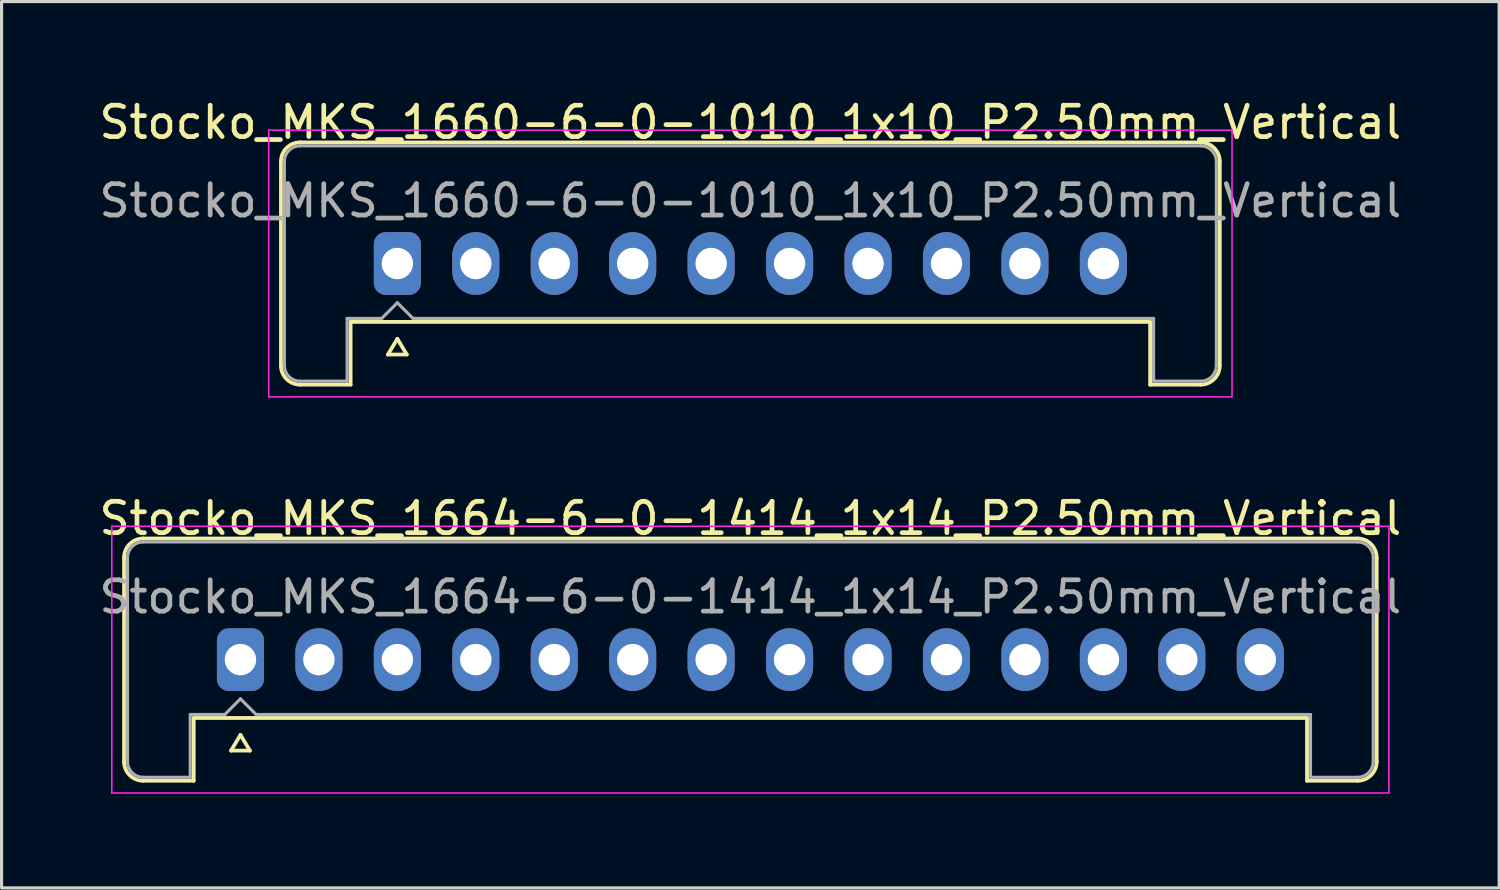
<source format=kicad_pcb>
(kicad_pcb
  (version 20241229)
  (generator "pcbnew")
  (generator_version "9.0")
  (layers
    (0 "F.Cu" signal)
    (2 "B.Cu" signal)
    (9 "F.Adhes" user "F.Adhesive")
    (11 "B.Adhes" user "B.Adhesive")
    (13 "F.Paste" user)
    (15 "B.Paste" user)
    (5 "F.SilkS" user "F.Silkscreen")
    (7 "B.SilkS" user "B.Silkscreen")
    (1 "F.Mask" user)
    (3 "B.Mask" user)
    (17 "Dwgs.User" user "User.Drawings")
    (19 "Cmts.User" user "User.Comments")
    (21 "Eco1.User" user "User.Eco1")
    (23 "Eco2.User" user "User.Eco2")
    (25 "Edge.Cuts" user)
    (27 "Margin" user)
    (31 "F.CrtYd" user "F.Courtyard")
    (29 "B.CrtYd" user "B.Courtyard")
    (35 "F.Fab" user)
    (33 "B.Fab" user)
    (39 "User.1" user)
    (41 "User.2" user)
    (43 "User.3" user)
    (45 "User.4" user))
  (footprint "Stocko_MKS_1664-6-0-1414_1x14_P2.50mm_Vertical"
    (layer "F.Cu")
    (at 4.613 17.971)
    (property "Reference" "Stocko_MKS_1664-6-0-1414_1x14_P2.50mm_Vertical" (at 16.25 -4.5 0) (layer "F.SilkS") (effects (font (size 1 1) (thickness 0.15))))
    (attr through_hole)
    (fp_line (start -3.71 -3.25) (end -3.71 3.25) (stroke (width 0.12) (type solid)) (layer "F.SilkS"))
    (fp_line (start -3.1 -3.86) (end 35.6 -3.86) (stroke (width 0.12) (type solid)) (layer "F.SilkS"))
    (fp_line (start -3.1 3.86) (end -1.49 3.86) (stroke (width 0.12) (type solid)) (layer "F.SilkS"))
    (fp_line (start -1.49 1.86) (end 33.99 1.86) (stroke (width 0.12) (type solid)) (layer "F.SilkS"))
    (fp_line (start -1.49 3.86) (end -1.49 1.86) (stroke (width 0.12) (type solid)) (layer "F.SilkS"))
    (fp_line (start -0.3 2.9) (end 0.3 2.9) (stroke (width 0.12) (type solid)) (layer "F.SilkS"))
    (fp_line (start 0 2.4) (end -0.3 2.9) (stroke (width 0.12) (type solid)) (layer "F.SilkS"))
    (fp_line (start 0.3 2.9) (end 0 2.4) (stroke (width 0.12) (type solid)) (layer "F.SilkS"))
    (fp_line (start 33.99 3.86) (end 33.99 1.86) (stroke (width 0.12) (type solid)) (layer "F.SilkS"))
    (fp_line (start 35.6 3.86) (end 33.99 3.86) (stroke (width 0.12) (type solid)) (layer "F.SilkS"))
    (fp_line (start 36.21 -3.25) (end 36.21 3.25) (stroke (width 0.12) (type solid)) (layer "F.SilkS"))
    (fp_arc (start -3.71 -3.25) (mid -3.531335 -3.681335) (end -3.1 -3.86) (stroke (width 0.12) (type solid)) (layer "F.SilkS"))
    (fp_arc (start -3.1 3.86) (mid -3.531335 3.681335) (end -3.71 3.25) (stroke (width 0.12) (type solid)) (layer "F.SilkS"))
    (fp_arc (start 35.6 -3.86) (mid 36.031335 -3.681335) (end 36.21 -3.25) (stroke (width 0.12) (type solid)) (layer "F.SilkS"))
    (fp_arc (start 36.21 3.25) (mid 36.031335 3.681335) (end 35.6 3.86) (stroke (width 0.12) (type solid)) (layer "F.SilkS"))
    (fp_line (start -4.1 -4.25) (end -4.1 4.25) (stroke (width 0.05) (type solid)) (layer "F.CrtYd"))
    (fp_line (start -4.1 4.25) (end 36.6 4.25) (stroke (width 0.05) (type solid)) (layer "F.CrtYd"))
    (fp_line (start 36.6 -4.25) (end -4.1 -4.25) (stroke (width 0.05) (type solid)) (layer "F.CrtYd"))
    (fp_line (start 36.6 4.25) (end 36.6 -4.25) (stroke (width 0.05) (type solid)) (layer "F.CrtYd"))
    (fp_line (start -3.6 -3.25) (end -3.6 3.25) (stroke (width 0.1) (type solid)) (layer "F.Fab"))
    (fp_line (start -3.1 -3.75) (end 35.6 -3.75) (stroke (width 0.1) (type solid)) (layer "F.Fab"))
    (fp_line (start -3.1 3.75) (end -1.6 3.75) (stroke (width 0.1) (type solid)) (layer "F.Fab"))
    (fp_line (start -1.6 1.75) (end -0.5 1.75) (stroke (width 0.1) (type solid)) (layer "F.Fab"))
    (fp_line (start -1.6 3.75) (end -1.6 1.75) (stroke (width 0.1) (type solid)) (layer "F.Fab"))
    (fp_line (start -0.5 1.75) (end 0 1.25) (stroke (width 0.1) (type solid)) (layer "F.Fab"))
    (fp_line (start 0 1.25) (end 0.5 1.75) (stroke (width 0.1) (type solid)) (layer "F.Fab"))
    (fp_line (start 0.5 1.75) (end 34.1 1.75) (stroke (width 0.1) (type solid)) (layer "F.Fab"))
    (fp_line (start 34.1 3.75) (end 34.1 1.75) (stroke (width 0.1) (type solid)) (layer "F.Fab"))
    (fp_line (start 35.6 3.75) (end 34.1 3.75) (stroke (width 0.1) (type solid)) (layer "F.Fab"))
    (fp_line (start 36.1 -3.25) (end 36.1 3.25) (stroke (width 0.1) (type solid)) (layer "F.Fab"))
    (fp_arc (start -3.6 -3.25) (mid -3.453553 -3.603553) (end -3.1 -3.75) (stroke (width 0.1) (type solid)) (layer "F.Fab"))
    (fp_arc (start -3.1 3.75) (mid -3.453553 3.603553) (end -3.6 3.25) (stroke (width 0.1) (type solid)) (layer "F.Fab"))
    (fp_arc (start 35.6 -3.75) (mid 35.953553 -3.603553) (end 36.1 -3.25) (stroke (width 0.1) (type solid)) (layer "F.Fab"))
    (fp_arc (start 36.1 3.25) (mid 35.953553 3.603553) (end 35.6 3.75) (stroke (width 0.1) (type solid)) (layer "F.Fab"))
    (fp_text user "${REFERENCE}" (at 16.25 -2 0) (layer "F.Fab") (effects (font (size 1 1) (thickness 0.15))))
    (pad "1" thru_hole roundrect (at 0 0) (size 1.5 2) (drill 1) (layers "*.Cu" "*.Mask") (roundrect_rratio 0.25))
    (pad "2" thru_hole oval (at 2.5 0) (size 1.5 2) (drill 1) (layers "*.Cu" "*.Mask"))
    (pad "3" thru_hole oval (at 5 0) (size 1.5 2) (drill 1) (layers "*.Cu" "*.Mask"))
    (pad "4" thru_hole oval (at 7.5 0) (size 1.5 2) (drill 1) (layers "*.Cu" "*.Mask"))
    (pad "5" thru_hole oval (at 10 0) (size 1.5 2) (drill 1) (layers "*.Cu" "*.Mask"))
    (pad "6" thru_hole oval (at 12.5 0) (size 1.5 2) (drill 1) (layers "*.Cu" "*.Mask"))
    (pad "7" thru_hole oval (at 15 0) (size 1.5 2) (drill 1) (layers "*.Cu" "*.Mask"))
    (pad "8" thru_hole oval (at 17.5 0) (size 1.5 2) (drill 1) (layers "*.Cu" "*.Mask"))
    (pad "9" thru_hole oval (at 20 0) (size 1.5 2) (drill 1) (layers "*.Cu" "*.Mask"))
    (pad "10" thru_hole oval (at 22.5 0) (size 1.5 2) (drill 1) (layers "*.Cu" "*.Mask"))
    (pad "11" thru_hole oval (at 25 0) (size 1.5 2) (drill 1) (layers "*.Cu" "*.Mask"))
    (pad "12" thru_hole oval (at 27.5 0) (size 1.5 2) (drill 1) (layers "*.Cu" "*.Mask"))
    (pad "13" thru_hole oval (at 30 0) (size 1.5 2) (drill 1) (layers "*.Cu" "*.Mask"))
    (pad "14" thru_hole oval (at 32.5 0) (size 1.5 2) (drill 1) (layers "*.Cu" "*.Mask")))
  (footprint "Stocko_MKS_1660-6-0-1010_1x10_P2.50mm_Vertical"
    (layer "F.Cu")
    (at 9.613 5.348)
    (property "Reference" "Stocko_MKS_1660-6-0-1010_1x10_P2.50mm_Vertical" (at 11.25 -4.5 0) (layer "F.SilkS") (effects (font (size 1 1) (thickness 0.15))))
    (attr through_hole)
    (fp_line (start -3.71 -3.25) (end -3.71 3.25) (stroke (width 0.12) (type solid)) (layer "F.SilkS"))
    (fp_line (start -3.1 -3.86) (end 25.6 -3.86) (stroke (width 0.12) (type solid)) (layer "F.SilkS"))
    (fp_line (start -3.1 3.86) (end -1.49 3.86) (stroke (width 0.12) (type solid)) (layer "F.SilkS"))
    (fp_line (start -1.49 1.86) (end 23.99 1.86) (stroke (width 0.12) (type solid)) (layer "F.SilkS"))
    (fp_line (start -1.49 3.86) (end -1.49 1.86) (stroke (width 0.12) (type solid)) (layer "F.SilkS"))
    (fp_line (start -0.3 2.9) (end 0.3 2.9) (stroke (width 0.12) (type solid)) (layer "F.SilkS"))
    (fp_line (start 0 2.4) (end -0.3 2.9) (stroke (width 0.12) (type solid)) (layer "F.SilkS"))
    (fp_line (start 0.3 2.9) (end 0 2.4) (stroke (width 0.12) (type solid)) (layer "F.SilkS"))
    (fp_line (start 23.99 3.86) (end 23.99 1.86) (stroke (width 0.12) (type solid)) (layer "F.SilkS"))
    (fp_line (start 25.6 3.86) (end 23.99 3.86) (stroke (width 0.12) (type solid)) (layer "F.SilkS"))
    (fp_line (start 26.21 -3.25) (end 26.21 3.25) (stroke (width 0.12) (type solid)) (layer "F.SilkS"))
    (fp_arc (start -3.71 -3.25) (mid -3.531335 -3.681335) (end -3.1 -3.86) (stroke (width 0.12) (type solid)) (layer "F.SilkS"))
    (fp_arc (start -3.1 3.86) (mid -3.531335 3.681335) (end -3.71 3.25) (stroke (width 0.12) (type solid)) (layer "F.SilkS"))
    (fp_arc (start 25.6 -3.86) (mid 26.031335 -3.681335) (end 26.21 -3.25) (stroke (width 0.12) (type solid)) (layer "F.SilkS"))
    (fp_arc (start 26.21 3.25) (mid 26.031335 3.681335) (end 25.6 3.86) (stroke (width 0.12) (type solid)) (layer "F.SilkS"))
    (fp_line (start -4.1 -4.25) (end -4.1 4.25) (stroke (width 0.05) (type solid)) (layer "F.CrtYd"))
    (fp_line (start -4.1 4.25) (end 26.6 4.25) (stroke (width 0.05) (type solid)) (layer "F.CrtYd"))
    (fp_line (start 26.6 -4.25) (end -4.1 -4.25) (stroke (width 0.05) (type solid)) (layer "F.CrtYd"))
    (fp_line (start 26.6 4.25) (end 26.6 -4.25) (stroke (width 0.05) (type solid)) (layer "F.CrtYd"))
    (fp_line (start -3.6 -3.25) (end -3.6 3.25) (stroke (width 0.1) (type solid)) (layer "F.Fab"))
    (fp_line (start -3.1 -3.75) (end 25.6 -3.75) (stroke (width 0.1) (type solid)) (layer "F.Fab"))
    (fp_line (start -3.1 3.75) (end -1.6 3.75) (stroke (width 0.1) (type solid)) (layer "F.Fab"))
    (fp_line (start -1.6 1.75) (end -0.5 1.75) (stroke (width 0.1) (type solid)) (layer "F.Fab"))
    (fp_line (start -1.6 3.75) (end -1.6 1.75) (stroke (width 0.1) (type solid)) (layer "F.Fab"))
    (fp_line (start -0.5 1.75) (end 0 1.25) (stroke (width 0.1) (type solid)) (layer "F.Fab"))
    (fp_line (start 0 1.25) (end 0.5 1.75) (stroke (width 0.1) (type solid)) (layer "F.Fab"))
    (fp_line (start 0.5 1.75) (end 24.1 1.75) (stroke (width 0.1) (type solid)) (layer "F.Fab"))
    (fp_line (start 24.1 3.75) (end 24.1 1.75) (stroke (width 0.1) (type solid)) (layer "F.Fab"))
    (fp_line (start 25.6 3.75) (end 24.1 3.75) (stroke (width 0.1) (type solid)) (layer "F.Fab"))
    (fp_line (start 26.1 -3.25) (end 26.1 3.25) (stroke (width 0.1) (type solid)) (layer "F.Fab"))
    (fp_arc (start -3.6 -3.25) (mid -3.453553 -3.603553) (end -3.1 -3.75) (stroke (width 0.1) (type solid)) (layer "F.Fab"))
    (fp_arc (start -3.1 3.75) (mid -3.453553 3.603553) (end -3.6 3.25) (stroke (width 0.1) (type solid)) (layer "F.Fab"))
    (fp_arc (start 25.6 -3.75) (mid 25.953553 -3.603553) (end 26.1 -3.25) (stroke (width 0.1) (type solid)) (layer "F.Fab"))
    (fp_arc (start 26.1 3.25) (mid 25.953553 3.603553) (end 25.6 3.75) (stroke (width 0.1) (type solid)) (layer "F.Fab"))
    (fp_text user "${REFERENCE}" (at 11.25 -2 0) (layer "F.Fab") (effects (font (size 1 1) (thickness 0.15))))
    (pad "1" thru_hole roundrect (at 0 0) (size 1.5 2) (drill 1) (layers "*.Cu" "*.Mask") (roundrect_rratio 0.25))
    (pad "2" thru_hole oval (at 2.5 0) (size 1.5 2) (drill 1) (layers "*.Cu" "*.Mask"))
    (pad "3" thru_hole oval (at 5 0) (size 1.5 2) (drill 1) (layers "*.Cu" "*.Mask"))
    (pad "4" thru_hole oval (at 7.5 0) (size 1.5 2) (drill 1) (layers "*.Cu" "*.Mask"))
    (pad "5" thru_hole oval (at 10 0) (size 1.5 2) (drill 1) (layers "*.Cu" "*.Mask"))
    (pad "6" thru_hole oval (at 12.5 0) (size 1.5 2) (drill 1) (layers "*.Cu" "*.Mask"))
    (pad "7" thru_hole oval (at 15 0) (size 1.5 2) (drill 1) (layers "*.Cu" "*.Mask"))
    (pad "8" thru_hole oval (at 17.5 0) (size 1.5 2) (drill 1) (layers "*.Cu" "*.Mask"))
    (pad "9" thru_hole oval (at 20 0) (size 1.5 2) (drill 1) (layers "*.Cu" "*.Mask"))
    (pad "10" thru_hole oval (at 22.5 0) (size 1.5 2) (drill 1) (layers "*.Cu" "*.Mask")))
  (gr_rect
    (start -3 -3)
    (end 44.726 25.247)
    (stroke (width 0.1) (type default))
    (fill no)
    (layer "Edge.Cuts")))
</source>
